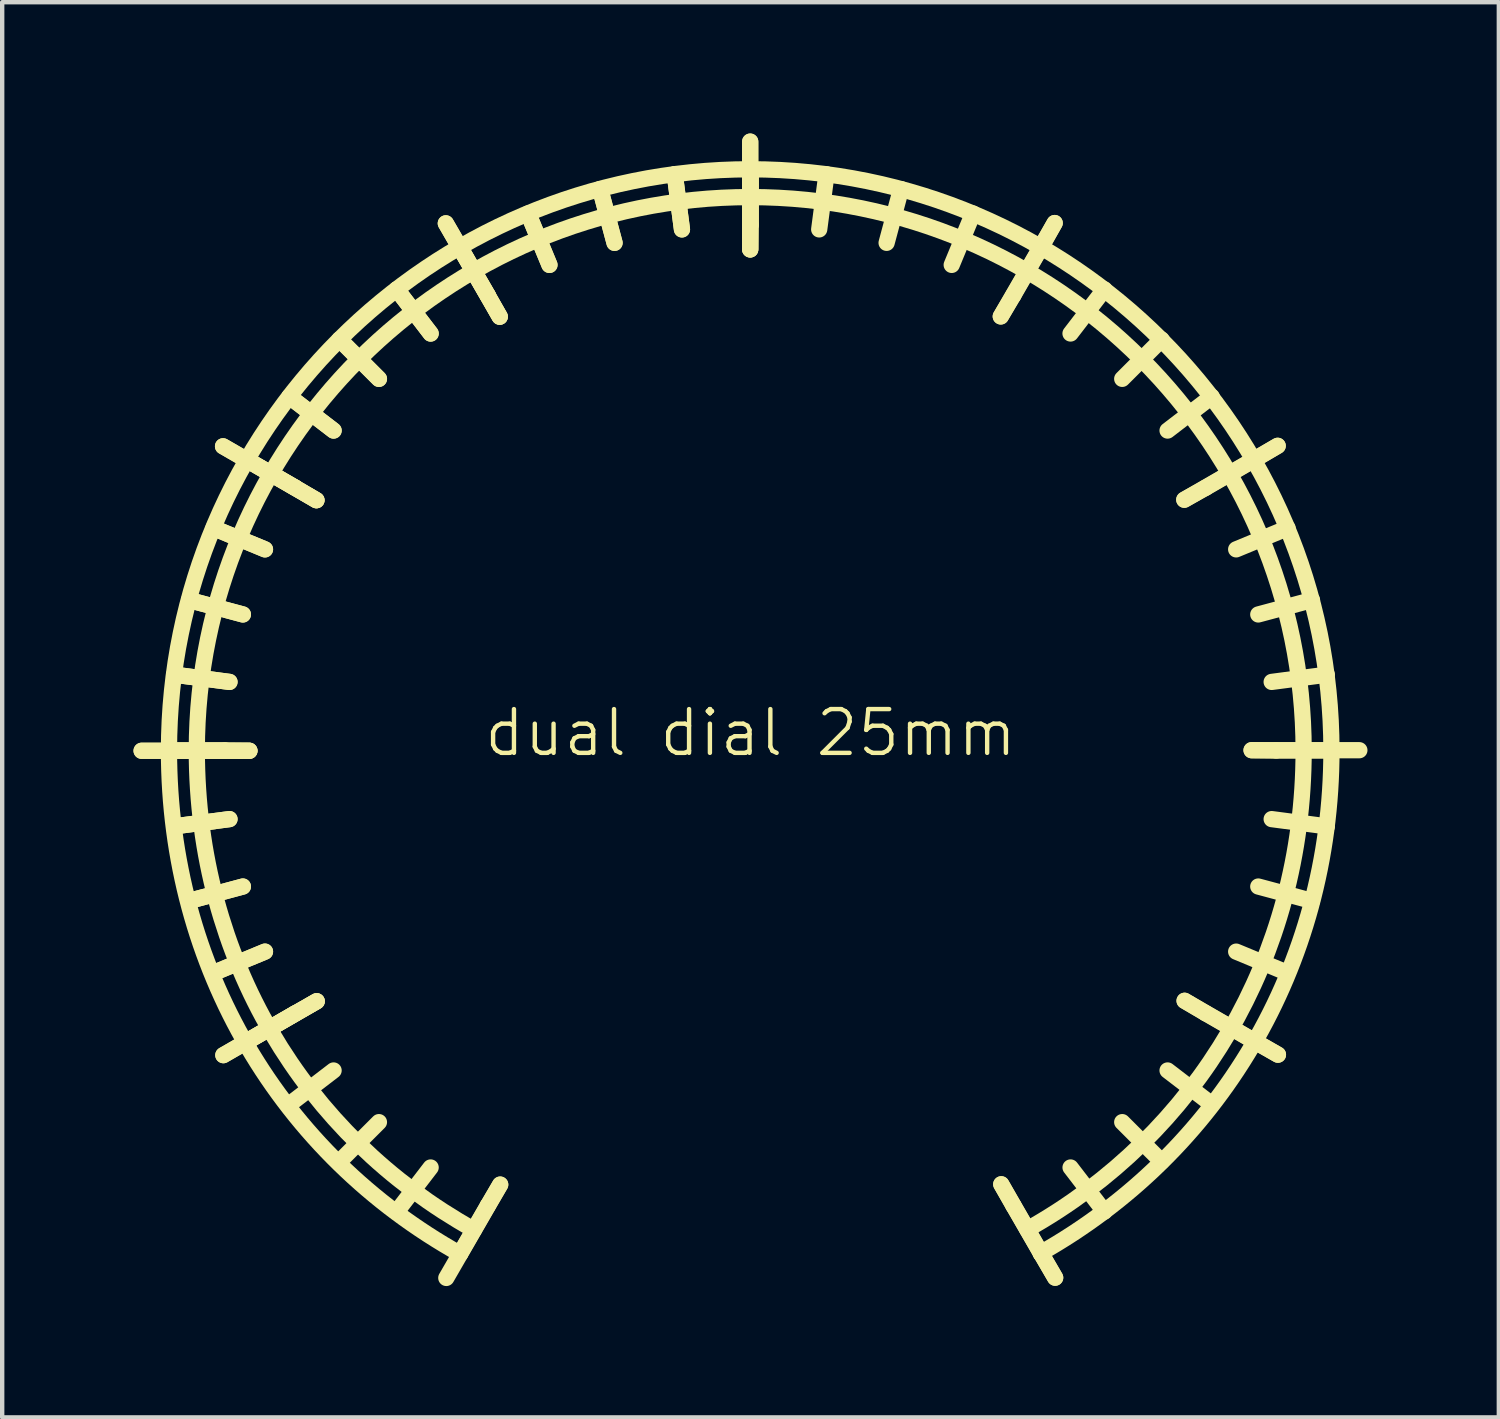
<source format=kicad_pcb>
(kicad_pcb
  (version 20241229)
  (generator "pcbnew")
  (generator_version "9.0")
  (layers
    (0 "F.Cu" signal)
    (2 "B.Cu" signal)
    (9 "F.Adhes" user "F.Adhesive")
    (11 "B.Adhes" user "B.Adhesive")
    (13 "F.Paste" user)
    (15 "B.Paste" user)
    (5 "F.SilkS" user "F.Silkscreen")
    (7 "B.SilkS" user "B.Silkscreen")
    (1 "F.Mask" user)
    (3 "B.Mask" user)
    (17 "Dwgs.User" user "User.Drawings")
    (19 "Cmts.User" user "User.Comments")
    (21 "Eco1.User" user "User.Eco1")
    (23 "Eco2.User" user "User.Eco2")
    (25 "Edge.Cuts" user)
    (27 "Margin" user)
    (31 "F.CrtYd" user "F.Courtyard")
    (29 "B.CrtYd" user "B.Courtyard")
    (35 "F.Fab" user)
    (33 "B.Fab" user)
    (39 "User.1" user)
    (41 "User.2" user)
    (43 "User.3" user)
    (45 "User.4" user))
  (footprint "dual dial 25mm"
    (layer "F.Cu")
    (at 14.095 14.19)
    (property "Reference" "dual dial 25mm" (at 0 -0.5 0) (unlocked yes) (layer "F.SilkS") (effects (font (size 1 1) (thickness 0.1))))
    (attr smd)
    (fp_line (start -13.91 -0.09) (end -11.448 -0.09) (stroke (width 0.371) (type solid)) (layer "F.SilkS"))
    (fp_line (start -13.91 -0.09) (end -11.448 -0.09) (stroke (width 0.371) (type solid)) (layer "F.SilkS"))
    (fp_line (start -13.276 -0.096) (end -12.006 -0.096) (stroke (width 0.371) (type solid)) (layer "F.SilkS"))
    (fp_line (start -13.276 -0.096) (end -12.006 -0.096) (stroke (width 0.371) (type solid)) (layer "F.SilkS"))
    (fp_line (start -13.163 -1.829) (end -11.903 -1.663) (stroke (width 0.371) (type solid)) (layer "F.SilkS"))
    (fp_line (start -13.163 -1.829) (end -11.903 -1.663) (stroke (width 0.371) (type solid)) (layer "F.SilkS"))
    (fp_line (start -12.266 -5.177) (end -11.092 -4.691) (stroke (width 0.371) (type solid)) (layer "F.SilkS"))
    (fp_line (start -12.266 -5.177) (end -11.092 -4.691) (stroke (width 0.371) (type solid)) (layer "F.SilkS"))
    (fp_line (start -12.05 -7.045) (end -9.917 -5.814) (stroke (width 0.371) (type solid)) (layer "F.SilkS"))
    (fp_line (start -12.05 -7.045) (end -9.917 -5.814) (stroke (width 0.371) (type solid)) (layer "F.SilkS"))
    (fp_line (start -12.043 6.863) (end -9.911 5.632) (stroke (width 0.371) (type solid)) (layer "F.SilkS"))
    (fp_line (start -12.043 6.863) (end -9.911 5.632) (stroke (width 0.371) (type solid)) (layer "F.SilkS"))
    (fp_line (start -12.006 -0.096) (end -11.448 -0.09) (stroke (width 0.371) (type default)) (layer "F.SilkS"))
    (fp_line (start -11.498 -6.735) (end -10.397 -6.099) (stroke (width 0.371) (type solid)) (layer "F.SilkS"))
    (fp_line (start -11.498 -6.735) (end -10.397 -6.099) (stroke (width 0.371) (type solid)) (layer "F.SilkS"))
    (fp_line (start -10.533 -8.179) (end -9.525 -7.405) (stroke (width 0.371) (type solid)) (layer "F.SilkS"))
    (fp_line (start -10.533 -8.179) (end -9.525 -7.405) (stroke (width 0.371) (type solid)) (layer "F.SilkS"))
    (fp_line (start -10.533 7.986) (end -9.525 7.213) (stroke (width 0.371) (type solid)) (layer "F.SilkS"))
    (fp_line (start -10.397 -6.099) (end -9.917 -5.814) (stroke (width 0.371) (type default)) (layer "F.SilkS"))
    (fp_line (start -10.397 5.907) (end -9.911 5.632) (stroke (width 0.371) (type default)) (layer "F.SilkS"))
    (fp_line (start -9.388 9.292) (end -8.489 8.393) (stroke (width 0.371) (type solid)) (layer "F.SilkS"))
    (fp_line (start -9.388 -9.484) (end -8.489 -8.586) (stroke (width 0.371) (type solid)) (layer "F.SilkS"))
    (fp_line (start -9.388 -9.484) (end -8.489 -8.586) (stroke (width 0.371) (type solid)) (layer "F.SilkS"))
    (fp_line (start -8.082 -10.63) (end -7.308 -9.621) (stroke (width 0.371) (type solid)) (layer "F.SilkS"))
    (fp_line (start -8.082 -10.63) (end -7.308 -9.621) (stroke (width 0.371) (type solid)) (layer "F.SilkS"))
    (fp_line (start -8.082 10.437) (end -7.308 9.429) (stroke (width 0.371) (type solid)) (layer "F.SilkS"))
    (fp_line (start -6.961 -12.138) (end -5.73 -10.006) (stroke (width 0.371) (type solid)) (layer "F.SilkS"))
    (fp_line (start -6.961 -12.138) (end -5.73 -10.006) (stroke (width 0.371) (type solid)) (layer "F.SilkS"))
    (fp_line (start -6.95 11.952) (end -5.719 9.82) (stroke (width 0.371) (type solid)) (layer "F.SilkS"))
    (fp_line (start -6.638 11.402) (end -6.638 11.402) (stroke (width 0.371) (type default)) (layer "F.SilkS"))
    (fp_line (start -6.638 11.402) (end -6.003 10.301) (stroke (width 0.371) (type solid)) (layer "F.SilkS"))
    (fp_line (start -6.003 -10.494) (end -5.73 -10.006) (stroke (width 0.371) (type default)) (layer "F.SilkS"))
    (fp_line (start -6.003 10.301) (end -5.719 9.82) (stroke (width 0.371) (type default)) (layer "F.SilkS"))
    (fp_line (start -1.732 -13.26) (end -1.567 -12) (stroke (width 0.371) (type solid)) (layer "F.SilkS"))
    (fp_line (start -1.732 -13.26) (end -1.567 -12) (stroke (width 0.371) (type solid)) (layer "F.SilkS"))
    (fp_line (start -0.008 -14.005) (end -0.008 -11.543) (stroke (width 0.371) (type solid)) (layer "F.SilkS"))
    (fp_line (start -0.008 -14.005) (end -0.008 -11.543) (stroke (width 0.371) (type solid)) (layer "F.SilkS"))
    (fp_line (start -0.008 -13.373) (end -0.008 -12.738) (stroke (width 0.371) (type default)) (layer "F.SilkS"))
    (fp_line (start 0.001 -13.373) (end -0.008 -13.373) (stroke (width 0.371) (type default)) (layer "F.SilkS"))
    (fp_line (start 0.001 -13.373) (end 0.001 -12.103) (stroke (width 0.371) (type solid)) (layer "F.SilkS"))
    (fp_line (start 0.001 -13.373) (end 0.001 -12.103) (stroke (width 0.371) (type solid)) (layer "F.SilkS"))
    (fp_line (start 0.001 -12.103) (end -0.008 -11.543) (stroke (width 0.371) (type default)) (layer "F.SilkS"))
    (fp_line (start 3.437 -12.921) (end 3.108 -11.693) (stroke (width 0.371) (type solid)) (layer "F.SilkS"))
    (fp_line (start 6.004 -10.494) (end 5.716 -10.012) (stroke (width 0.371) (type default)) (layer "F.SilkS"))
    (fp_line (start 6.004 10.301) (end 5.727 9.813) (stroke (width 0.371) (type default)) (layer "F.SilkS"))
    (fp_line (start 6.628 11.383) (end 6.639 11.402) (stroke (width 0.371) (type default)) (layer "F.SilkS"))
    (fp_line (start 6.639 -11.594) (end 6.004 -10.494) (stroke (width 0.371) (type solid)) (layer "F.SilkS"))
    (fp_line (start 6.639 11.402) (end 6.004 10.301) (stroke (width 0.371) (type solid)) (layer "F.SilkS"))
    (fp_line (start 6.947 -12.145) (end 6.639 -11.594) (stroke (width 0.371) (type default)) (layer "F.SilkS"))
    (fp_line (start 6.958 11.946) (end 6.628 11.383) (stroke (width 0.371) (type default)) (layer "F.SilkS"))
    (fp_line (start 8.083 -10.63) (end 7.309 -9.622) (stroke (width 0.371) (type solid)) (layer "F.SilkS"))
    (fp_line (start 8.083 10.437) (end 7.31 9.429) (stroke (width 0.371) (type solid)) (layer "F.SilkS"))
    (fp_line (start 9.389 -9.484) (end 8.49 -8.586) (stroke (width 0.371) (type solid)) (layer "F.SilkS"))
    (fp_line (start 10.398 -6.099) (end 9.908 -5.825) (stroke (width 0.371) (type default)) (layer "F.SilkS"))
    (fp_line (start 10.398 5.907) (end 9.915 5.621) (stroke (width 0.371) (type default)) (layer "F.SilkS"))
    (fp_line (start 10.534 -8.179) (end 9.526 -7.405) (stroke (width 0.371) (type solid)) (layer "F.SilkS"))
    (fp_line (start 10.534 7.986) (end 9.526 7.213) (stroke (width 0.371) (type solid)) (layer "F.SilkS"))
    (fp_line (start 11.499 -6.735) (end 10.398 -6.099) (stroke (width 0.371) (type solid)) (layer "F.SilkS"))
    (fp_line (start 11.499 6.542) (end 10.398 5.907) (stroke (width 0.371) (type solid)) (layer "F.SilkS"))
    (fp_line (start 12.007 -0.096) (end 11.445 -0.103) (stroke (width 0.371) (type default)) (layer "F.SilkS"))
    (fp_line (start 12.041 -7.056) (end 9.908 -5.825) (stroke (width 0.371) (type solid)) (layer "F.SilkS"))
    (fp_line (start 12.041 -7.056) (end 11.499 -6.735) (stroke (width 0.371) (type default)) (layer "F.SilkS"))
    (fp_line (start 12.047 6.852) (end 11.499 6.542) (stroke (width 0.371) (type default)) (layer "F.SilkS"))
    (fp_line (start 12.267 -5.177) (end 11.093 -4.691) (stroke (width 0.371) (type solid)) (layer "F.SilkS"))
    (fp_line (start 12.825 -3.533) (end 11.598 -3.204) (stroke (width 0.371) (type solid)) (layer "F.SilkS"))
    (fp_line (start 13.269 -0.096) (end 13.277 -0.096) (stroke (width 0.371) (type default)) (layer "F.SilkS"))
    (fp_line (start 13.277 -0.096) (end 12.007 -0.096) (stroke (width 0.371) (type solid)) (layer "F.SilkS"))
    (fp_line (start 13.907 -0.103) (end 11.445 -0.103) (stroke (width 0.371) (type solid)) (layer "F.SilkS"))
    (fp_curve (pts (xy -13.285 -0.096) (xy -13.285 -7.424) (xy -7.335 -13.373) (xy -0.008 -13.373)) (stroke (width 0.371) (type solid)) (layer "F.SilkS"))
    (fp_curve (pts (xy -13.163 1.637) (xy -12.743 1.581) (xy -12.323 1.526) (xy -11.903 1.471)) (stroke (width 0.371) (type solid)) (layer "F.SilkS"))
    (fp_curve (pts (xy -13.163 1.637) (xy -12.743 1.581) (xy -12.323 1.526) (xy -11.903 1.471)) (stroke (width 0.371) (type solid)) (layer "F.SilkS"))
    (fp_curve (pts (xy -12.824 -3.533) (xy -12.415 -3.423) (xy -12.006 -3.313) (xy -11.597 -3.204)) (stroke (width 0.371) (type solid)) (layer "F.SilkS"))
    (fp_curve (pts (xy -12.824 -3.533) (xy -12.415 -3.423) (xy -12.006 -3.313) (xy -11.597 -3.204)) (stroke (width 0.371) (type solid)) (layer "F.SilkS"))
    (fp_curve (pts (xy -12.824 3.34) (xy -12.415 3.23) (xy -12.006 3.121) (xy -11.597 3.011)) (stroke (width 0.371) (type solid)) (layer "F.SilkS"))
    (fp_curve (pts (xy -12.824 3.34) (xy -12.415 3.23) (xy -12.006 3.121) (xy -11.597 3.011)) (stroke (width 0.371) (type solid)) (layer "F.SilkS"))
    (fp_curve (pts (xy -12.649 -0.096) (xy -12.649 -7.073) (xy -6.985 -12.738) (xy -0.008 -12.738)) (stroke (width 0.371) (type solid)) (layer "F.SilkS"))
    (fp_curve (pts (xy -12.266 4.985) (xy -11.874 4.822) (xy -11.483 4.66) (xy -11.092 4.498)) (stroke (width 0.371) (type solid)) (layer "F.SilkS"))
    (fp_curve (pts (xy -12.266 4.985) (xy -11.874 4.822) (xy -11.483 4.66) (xy -11.092 4.498)) (stroke (width 0.371) (type solid)) (layer "F.SilkS"))
    (fp_curve (pts (xy -11.498 6.542) (xy -11.131 6.33) (xy -10.764 6.119) (xy -10.397 5.907)) (stroke (width 0.371) (type solid)) (layer "F.SilkS"))
    (fp_curve (pts (xy -11.498 6.542) (xy -11.131 6.33) (xy -10.764 6.119) (xy -10.397 5.907)) (stroke (width 0.371) (type solid)) (layer "F.SilkS"))
    (fp_curve (pts (xy -6.638 -11.594) (xy -6.426 -11.228) (xy -6.214 -10.861) (xy -6.003 -10.494)) (stroke (width 0.371) (type solid)) (layer "F.SilkS"))
    (fp_curve (pts (xy -6.638 -11.594) (xy -6.426 -11.228) (xy -6.214 -10.861) (xy -6.003 -10.494)) (stroke (width 0.371) (type solid)) (layer "F.SilkS"))
    (fp_curve (pts (xy -6.638 11.402) (xy -10.705 9.132) (xy -13.285 4.888) (xy -13.285 -0.096)) (stroke (width 0.371) (type solid)) (layer "F.SilkS"))
    (fp_curve (pts (xy -6.32 10.852) (xy -10.2 8.692) (xy -12.649 4.655) (xy -12.649 -0.096)) (stroke (width 0.371) (type solid)) (layer "F.SilkS"))
    (fp_curve (pts (xy -5.08 -12.362) (xy -4.918 -11.971) (xy -4.756 -11.58) (xy -4.594 -11.189)) (stroke (width 0.371) (type solid)) (layer "F.SilkS"))
    (fp_curve (pts (xy -5.08 -12.362) (xy -4.918 -11.971) (xy -4.756 -11.58) (xy -4.594 -11.189)) (stroke (width 0.371) (type solid)) (layer "F.SilkS"))
    (fp_curve (pts (xy -3.436 -12.921) (xy -3.326 -12.512) (xy -3.216 -12.103) (xy -3.107 -11.693)) (stroke (width 0.371) (type solid)) (layer "F.SilkS"))
    (fp_curve (pts (xy -3.436 -12.921) (xy -3.326 -12.512) (xy -3.216 -12.103) (xy -3.107 -11.693)) (stroke (width 0.371) (type solid)) (layer "F.SilkS"))
    (fp_curve (pts (xy -0.008 -13.373) (xy 7.32 -13.373) (xy 13.269 -7.424) (xy 13.269 -0.096)) (stroke (width 0.371) (type solid)) (layer "F.SilkS"))
    (fp_curve (pts (xy -0.008 -12.738) (xy 6.969 -12.738) (xy 12.634 -7.073) (xy 12.634 -0.096)) (stroke (width 0.371) (type solid)) (layer "F.SilkS"))
    (fp_curve (pts (xy 1.734 -13.26) (xy 1.678 -12.84) (xy 1.623 -12.42) (xy 1.568 -12)) (stroke (width 0.371) (type solid)) (layer "F.SilkS"))
    (fp_curve (pts (xy 5.081 -12.363) (xy 4.919 -11.971) (xy 4.757 -11.58) (xy 4.595 -11.189)) (stroke (width 0.371) (type solid)) (layer "F.SilkS"))
    (fp_curve (pts (xy 6.947 -12.145) (xy 6.537 -11.434) (xy 6.127 -10.723) (xy 5.716 -10.012)) (stroke (width 0.371) (type solid)) (layer "F.SilkS"))
    (fp_curve (pts (xy 6.958 11.946) (xy 6.548 11.235) (xy 6.138 10.524) (xy 5.727 9.813)) (stroke (width 0.371) (type solid)) (layer "F.SilkS"))
    (fp_curve (pts (xy 9.389 9.292) (xy 9.089 8.992) (xy 8.79 8.693) (xy 8.49 8.393)) (stroke (width 0.371) (type solid)) (layer "F.SilkS"))
    (fp_curve (pts (xy 12.047 6.852) (xy 11.336 6.442) (xy 10.625 6.032) (xy 9.915 5.621)) (stroke (width 0.371) (type solid)) (layer "F.SilkS"))
    (fp_curve (pts (xy 12.267 4.985) (xy 11.875 4.822) (xy 11.484 4.66) (xy 11.093 4.498)) (stroke (width 0.371) (type solid)) (layer "F.SilkS"))
    (fp_curve (pts (xy 12.634 -0.096) (xy 12.634 4.643) (xy 10.186 8.678) (xy 6.322 10.842)) (stroke (width 0.371) (type solid)) (layer "F.SilkS"))
    (fp_curve (pts (xy 12.825 3.34) (xy 12.416 3.23) (xy 12.007 3.121) (xy 11.598 3.011)) (stroke (width 0.371) (type solid)) (layer "F.SilkS"))
    (fp_curve (pts (xy 13.164 -1.829) (xy 12.744 -1.774) (xy 12.324 -1.719) (xy 11.904 -1.663)) (stroke (width 0.371) (type solid)) (layer "F.SilkS"))
    (fp_curve (pts (xy 13.164 1.637) (xy 12.744 1.581) (xy 12.324 1.526) (xy 11.904 1.471)) (stroke (width 0.371) (type solid)) (layer "F.SilkS"))
    (fp_curve (pts (xy 13.269 -0.096) (xy 13.269 4.864) (xy 10.663 9.104) (xy 6.628 11.383)) (stroke (width 0.371) (type solid)) (layer "F.SilkS")))
  (gr_rect
    (start -3 -3)
    (end 31.188 29.328)
    (stroke (width 0.1) (type default))
    (fill no)
    (layer "Edge.Cuts")))
</source>
